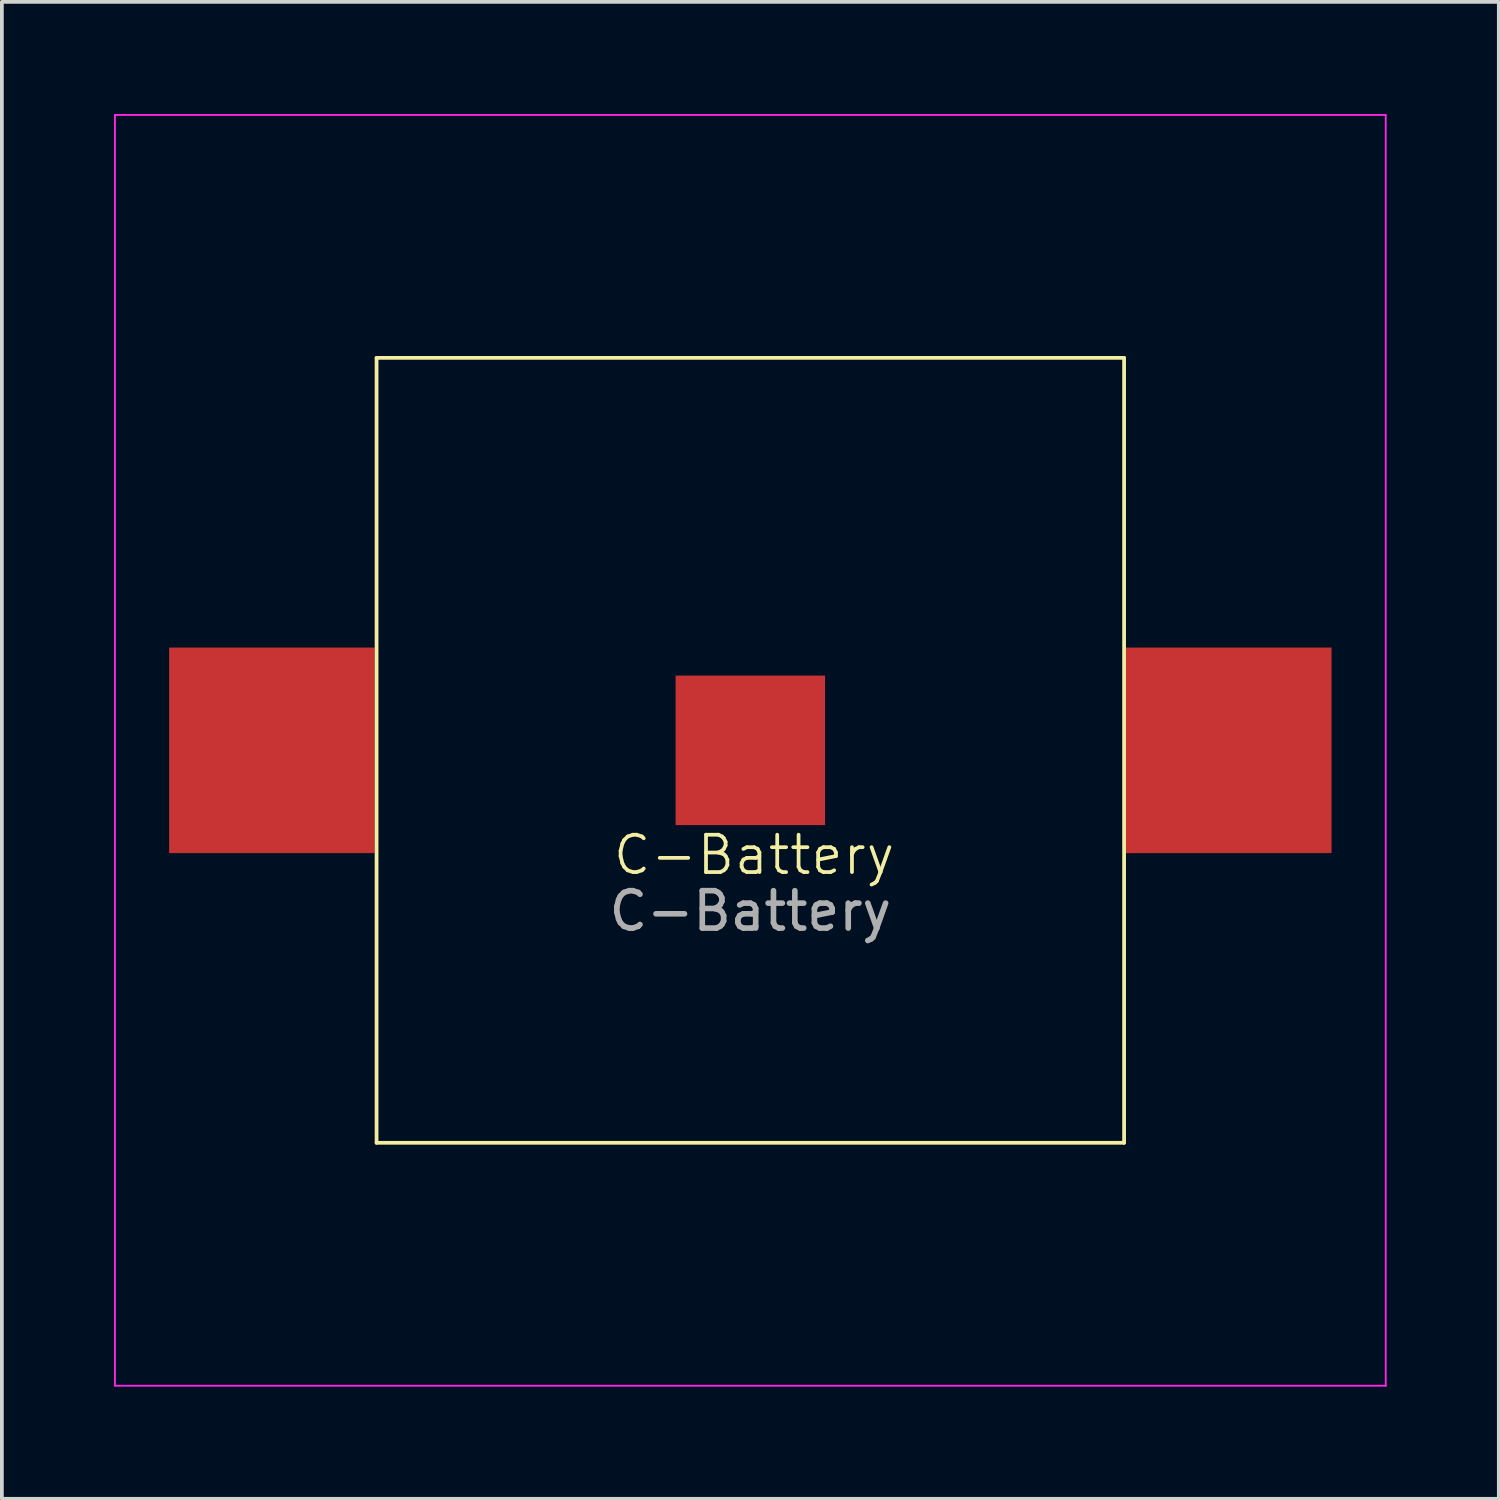
<source format=kicad_pcb>
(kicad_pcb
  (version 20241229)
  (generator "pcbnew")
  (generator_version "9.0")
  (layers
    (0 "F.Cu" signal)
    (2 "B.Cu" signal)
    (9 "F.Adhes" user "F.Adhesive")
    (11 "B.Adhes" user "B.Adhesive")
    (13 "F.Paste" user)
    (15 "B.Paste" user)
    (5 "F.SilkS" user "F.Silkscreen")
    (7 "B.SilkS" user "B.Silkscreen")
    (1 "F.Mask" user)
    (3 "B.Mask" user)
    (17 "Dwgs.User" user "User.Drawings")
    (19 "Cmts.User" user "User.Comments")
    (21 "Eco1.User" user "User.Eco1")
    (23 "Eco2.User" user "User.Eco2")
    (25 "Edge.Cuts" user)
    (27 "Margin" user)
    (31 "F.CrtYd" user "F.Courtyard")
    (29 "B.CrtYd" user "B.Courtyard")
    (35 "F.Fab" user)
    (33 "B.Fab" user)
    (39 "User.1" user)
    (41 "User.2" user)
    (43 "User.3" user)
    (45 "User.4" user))
  (footprint "C-Battery"
    (layer "F.Cu")
    (at 16.025 13.025)
    (property "Reference" "C-Battery" (at 1.1 6.8 0) (unlocked yes) (layer "F.SilkS") (effects (font (size 1 1) (thickness 0.1))))
    (attr smd)
    (fp_line (start -9 -6.5) (end 11 -6.5) (stroke (width 0.1) (type default)) (layer "F.SilkS"))
    (fp_line (start -9 14.5) (end -9 -6.5) (stroke (width 0.1) (type default)) (layer "F.SilkS"))
    (fp_line (start -9 14.5) (end 11 14.5) (stroke (width 0.1) (type default)) (layer "F.SilkS"))
    (fp_line (start 11 -6.5) (end 11 14.5) (stroke (width 0.1) (type default)) (layer "F.SilkS"))
    (fp_line (start -16 21) (end -16 -13) (stroke (width 0.05) (type default)) (layer "F.CrtYd"))
    (fp_line (start 18 -13) (end -16 -13) (stroke (width 0.05) (type default)) (layer "F.CrtYd"))
    (fp_line (start 18 21) (end -16 21) (stroke (width 0.05) (type default)) (layer "F.CrtYd"))
    (fp_line (start 18 21) (end 18 -13) (stroke (width 0.05) (type default)) (layer "F.CrtYd"))
    (fp_text user "${REFERENCE}" (at 1 8.3 0) (unlocked yes) (layer "F.Fab") (effects (font (size 1 1) (thickness 0.15))))
    (pad "1" smd rect (at -11.8 4) (size 5.5 5.5) (layers "F.Cu" "F.Mask" "F.Paste"))
    (pad "1" smd rect (at 13.8 4) (size 5.5 5.5) (layers "F.Cu" "F.Mask" "F.Paste"))
    (pad "2" smd rect (at 1 4) (size 4 4) (layers "F.Cu" "F.Mask" "F.Paste")))
  (gr_rect
    (start -3 -3)
    (end 37.05 37.05)
    (stroke (width 0.1) (type default))
    (fill no)
    (layer "Edge.Cuts")))
</source>
